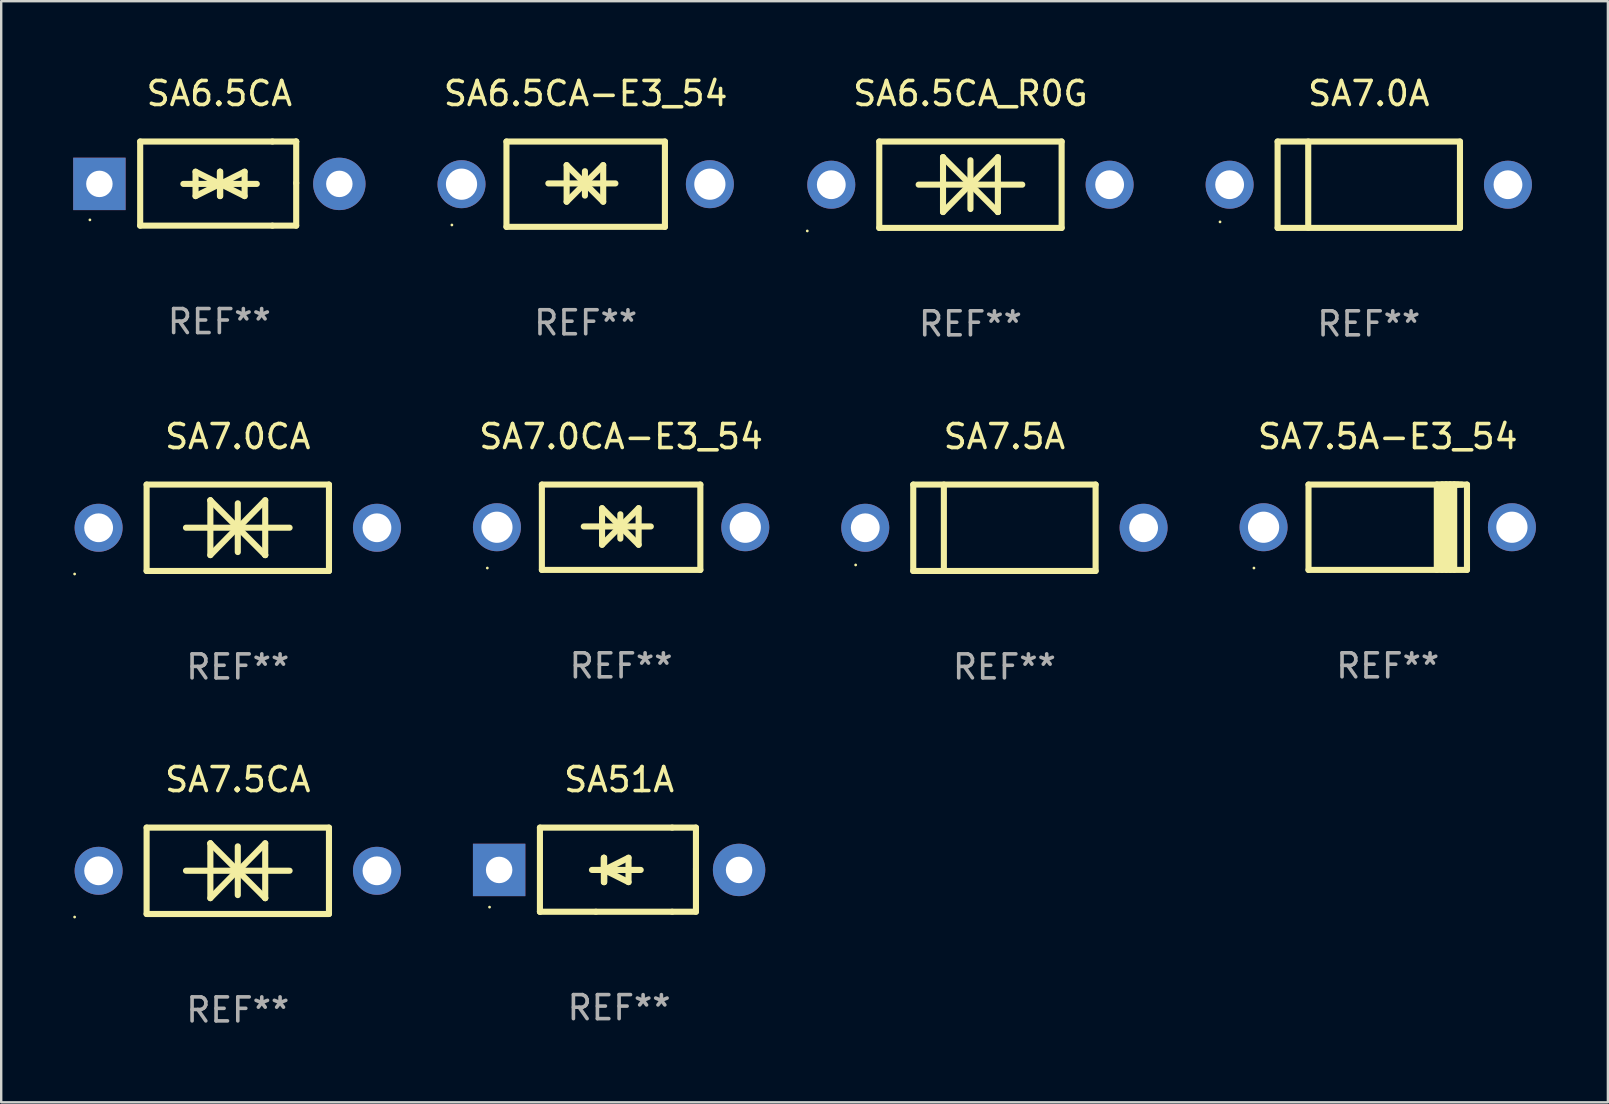
<source format=kicad_pcb>
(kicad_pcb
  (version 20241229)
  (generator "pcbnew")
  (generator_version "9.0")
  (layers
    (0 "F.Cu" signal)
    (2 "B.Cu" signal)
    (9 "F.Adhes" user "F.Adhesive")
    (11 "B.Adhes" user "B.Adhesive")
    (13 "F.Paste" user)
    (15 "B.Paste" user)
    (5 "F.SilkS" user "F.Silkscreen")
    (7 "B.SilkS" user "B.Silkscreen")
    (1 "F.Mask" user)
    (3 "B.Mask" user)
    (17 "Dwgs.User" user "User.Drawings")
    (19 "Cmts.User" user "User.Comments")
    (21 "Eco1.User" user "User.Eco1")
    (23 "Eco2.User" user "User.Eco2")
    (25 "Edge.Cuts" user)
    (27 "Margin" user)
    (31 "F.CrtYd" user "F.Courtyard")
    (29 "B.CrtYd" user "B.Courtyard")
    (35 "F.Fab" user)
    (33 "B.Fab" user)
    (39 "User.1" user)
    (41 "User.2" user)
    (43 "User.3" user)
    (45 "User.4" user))
  (footprint "SA51A"
    (layer "F.Cu")
    (at 22.752 33.194)
    (property "Reference" "SA51A" (at 0 -3.753 0) (layer "F.SilkS") (effects (font (size 1 1) (thickness 0.15))))
    (attr through_hole)
    (fp_line (start -3.3 -1.753) (end 2.212 -1.753) (stroke (width 0.254) (type solid)) (layer "F.SilkS"))
    (fp_line (start -3.3 1.753) (end -3.3 -1.753) (stroke (width 0.254) (type solid)) (layer "F.SilkS"))
    (fp_line (start -3.3 1.753) (end -3.3 1.753) (stroke (width 0.254) (type solid)) (layer "F.SilkS"))
    (fp_line (start -0.968 1.753) (end -3.3 1.753) (stroke (width 0.254) (type solid)) (layer "F.SilkS"))
    (fp_line (start -0.636 -0.497) (end -0.636 0.519) (stroke (width 0.254) (type solid)) (layer "F.SilkS"))
    (fp_line (start -0.636 0.011) (end -0.636 -0.497) (stroke (width 0.254) (type solid)) (layer "F.SilkS"))
    (fp_line (start -0.624 0.011) (end -0.624 0.519) (stroke (width 0.254) (type solid)) (layer "F.SilkS"))
    (fp_line (start -0.624 0.011) (end 0.392 0.519) (stroke (width 0.254) (type solid)) (layer "F.SilkS"))
    (fp_line (start -0.624 0.519) (end -0.624 -0.497) (stroke (width 0.254) (type solid)) (layer "F.SilkS"))
    (fp_line (start 0.392 -0.497) (end -0.624 0.011) (stroke (width 0.254) (type solid)) (layer "F.SilkS"))
    (fp_line (start 0.392 0.519) (end 0.392 -0.497) (stroke (width 0.254) (type solid)) (layer "F.SilkS"))
    (fp_line (start 0.9 0.011) (end -1.132 0.011) (stroke (width 0.254) (type solid)) (layer "F.SilkS"))
    (fp_line (start 2.212 -1.753) (end 3.202 -1.753) (stroke (width 0.254) (type solid)) (layer "F.SilkS"))
    (fp_line (start 2.212 1.753) (end -0.968 1.753) (stroke (width 0.254) (type solid)) (layer "F.SilkS"))
    (fp_line (start 3.202 -1.753) (end 3.202 -0.025) (stroke (width 0.254) (type solid)) (layer "F.SilkS"))
    (fp_line (start 3.202 -0.025) (end 3.202 1.753) (stroke (width 0.254) (type solid)) (layer "F.SilkS"))
    (fp_line (start 3.202 1.753) (end 2.212 1.753) (stroke (width 0.254) (type solid)) (layer "F.SilkS"))
    (fp_circle (center -5.4 1.561) (end -5.37 1.561) (stroke (width 0.06) (type solid)) (fill no) (layer "F.SilkS"))
    (fp_text user "REF**" (at 0 5.753 0) (layer "F.Fab") (effects (font (size 1 1) (thickness 0.15))))
    (pad "1" thru_hole rect (at -5 0.011 180) (size 2.184 2.184) (drill 1.102) (layers "*.Cu" "*.Mask"))
    (pad "2" thru_hole circle (at 5 0.011) (size 2.184 2.184) (drill 1.102) (layers "*.Cu" "*.Mask")))
  (footprint "SA7.0A"
    (layer "F.Cu")
    (at 53.995 4.648)
    (property "Reference" "SA7.0A" (at 0 -3.8 0) (layer "F.SilkS") (effects (font (size 1 1) (thickness 0.15))))
    (attr through_hole)
    (fp_line (start -3.8 -1.8) (end -3.8 1.8) (stroke (width 0.254) (type solid)) (layer "F.SilkS"))
    (fp_line (start -3.8 -1.8) (end 3.8 -1.8) (stroke (width 0.254) (type solid)) (layer "F.SilkS"))
    (fp_line (start -3.8 1.8) (end 3.8 1.8) (stroke (width 0.254) (type solid)) (layer "F.SilkS"))
    (fp_line (start -2.524 -1.8) (end -2.524 1.8) (stroke (width 0.254) (type solid)) (layer "F.SilkS"))
    (fp_line (start 3.8 -1.8) (end 3.8 1.8) (stroke (width 0.254) (type solid)) (layer "F.SilkS"))
    (fp_circle (center -6.2 1.55) (end -6.17 1.55) (stroke (width 0.06) (type solid)) (fill no) (layer "F.SilkS"))
    (fp_text user "REF**" (at 0 5.8 0) (layer "F.Fab") (effects (font (size 1 1) (thickness 0.15))))
    (pad "1" thru_hole circle (at -5.8 0) (size 2 2) (drill 1.2) (layers "*.Cu" "*.Mask"))
    (pad "2" thru_hole circle (at 5.8 0) (size 2 2) (drill 1.2) (layers "*.Cu" "*.Mask")))
  (footprint "SA7.5CA"
    (layer "F.Cu")
    (at 6.86 33.241)
    (property "Reference" "SA7.5CA" (at 0 -3.8 0) (layer "F.SilkS") (effects (font (size 1 1) (thickness 0.15))))
    (attr through_hole)
    (fp_line (start -3.8 -1.8) (end -3.8 1.8) (stroke (width 0.254) (type solid)) (layer "F.SilkS"))
    (fp_line (start -3.8 -1.8) (end 3.8 -1.8) (stroke (width 0.254) (type solid)) (layer "F.SilkS"))
    (fp_line (start -3.8 1.8) (end 3.8 1.8) (stroke (width 0.254) (type solid)) (layer "F.SilkS"))
    (fp_line (start -2.159 -0.003) (end 2.159 -0.003) (stroke (width 0.254) (type solid)) (layer "F.SilkS"))
    (fp_line (start -1.143 -1.146) (end -1.143 1.14) (stroke (width 0.254) (type solid)) (layer "F.SilkS"))
    (fp_line (start -1.143 -1.143) (end -1.143 -1.146) (stroke (width 0.254) (type solid)) (layer "F.SilkS"))
    (fp_line (start 0 -1.019) (end 0 1.013) (stroke (width 0.254) (type solid)) (layer "F.SilkS"))
    (fp_line (start 0 -0.026) (end -1.143 1.14) (stroke (width 0.254) (type solid)) (layer "F.SilkS"))
    (fp_line (start 0 -0.006) (end 1.143 1.137) (stroke (width 0.254) (type solid)) (layer "F.SilkS"))
    (fp_line (start 0 0) (end -1.143 -1.143) (stroke (width 0.254) (type solid)) (layer "F.SilkS"))
    (fp_line (start 0 0.02) (end 1.143 -1.146) (stroke (width 0.254) (type solid)) (layer "F.SilkS"))
    (fp_line (start 1.143 1.137) (end 1.143 1.14) (stroke (width 0.254) (type solid)) (layer "F.SilkS"))
    (fp_line (start 1.143 1.14) (end 1.143 -1.146) (stroke (width 0.254) (type solid)) (layer "F.SilkS"))
    (fp_line (start 3.8 -1.8) (end 3.8 1.8) (stroke (width 0.254) (type solid)) (layer "F.SilkS"))
    (fp_circle (center -6.8 1.927) (end -6.77 1.927) (stroke (width 0.06) (type solid)) (fill no) (layer "F.SilkS"))
    (fp_text user "REF**" (at 0 5.8 0) (layer "F.Fab") (effects (font (size 1 1) (thickness 0.15))))
    (pad "1" thru_hole circle (at -5.8 0) (size 2 2) (drill 1.2) (layers "*.Cu" "*.Mask"))
    (pad "2" thru_hole circle (at 5.8 0) (size 2 2) (drill 1.2) (layers "*.Cu" "*.Mask")))
  (footprint "SA6.5CA"
    (layer "F.Cu")
    (at 6.092 4.601)
    (property "Reference" "SA6.5CA" (at 0 -3.753 0) (layer "F.SilkS") (effects (font (size 1 1) (thickness 0.15))))
    (attr through_hole)
    (fp_line (start -3.3 -1.753) (end 2.212 -1.753) (stroke (width 0.254) (type solid)) (layer "F.SilkS"))
    (fp_line (start -3.3 1.753) (end -3.3 -1.753) (stroke (width 0.254) (type solid)) (layer "F.SilkS"))
    (fp_line (start -1.5 0.013) (end 0.532 0.013) (stroke (width 0.254) (type solid)) (layer "F.SilkS"))
    (fp_line (start -0.992 -0.495) (end -0.992 0.521) (stroke (width 0.254) (type solid)) (layer "F.SilkS"))
    (fp_line (start -0.992 0.521) (end 0.024 0.013) (stroke (width 0.254) (type solid)) (layer "F.SilkS"))
    (fp_line (start 0.024 -0.495) (end 0.024 0.521) (stroke (width 0.254) (type solid)) (layer "F.SilkS"))
    (fp_line (start 0.024 0.013) (end -0.992 -0.495) (stroke (width 0.254) (type solid)) (layer "F.SilkS"))
    (fp_line (start 0.024 0.013) (end 0.024 -0.495) (stroke (width 0.254) (type solid)) (layer "F.SilkS"))
    (fp_line (start 0.036 0.013) (end 1.052 0.521) (stroke (width 0.254) (type solid)) (layer "F.SilkS"))
    (fp_line (start 0.036 0.521) (end 0.036 -0.495) (stroke (width 0.254) (type solid)) (layer "F.SilkS"))
    (fp_line (start 1.052 -0.495) (end 0.036 0.013) (stroke (width 0.254) (type solid)) (layer "F.SilkS"))
    (fp_line (start 1.052 0.521) (end 1.052 -0.495) (stroke (width 0.254) (type solid)) (layer "F.SilkS"))
    (fp_line (start 1.56 0.013) (end -0.472 0.013) (stroke (width 0.254) (type solid)) (layer "F.SilkS"))
    (fp_line (start 2.212 -1.753) (end 3.202 -1.753) (stroke (width 0.254) (type solid)) (layer "F.SilkS"))
    (fp_line (start 2.212 1.753) (end -3.3 1.753) (stroke (width 0.254) (type solid)) (layer "F.SilkS"))
    (fp_line (start 3.202 -1.753) (end 3.202 -1.753) (stroke (width 0.254) (type solid)) (layer "F.SilkS"))
    (fp_line (start 3.202 -1.753) (end 3.202 -0.025) (stroke (width 0.254) (type solid)) (layer "F.SilkS"))
    (fp_line (start 3.202 -0.025) (end 3.202 1.753) (stroke (width 0.254) (type solid)) (layer "F.SilkS"))
    (fp_line (start 3.202 1.753) (end 2.212 1.753) (stroke (width 0.254) (type solid)) (layer "F.SilkS"))
    (fp_circle (center -5.395 1.513) (end -5.365 1.513) (stroke (width 0.06) (type solid)) (fill no) (layer "F.SilkS"))
    (fp_text user "REF**" (at 0 5.753 0) (layer "F.Fab") (effects (font (size 1 1) (thickness 0.15))))
    (pad "1" thru_hole rect (at -5 0.013 180) (size 2.184 2.184) (drill 1.102) (layers "*.Cu" "*.Mask"))
    (pad "2" thru_hole circle (at 5 0.013) (size 2.184 2.184) (drill 1.102) (layers "*.Cu" "*.Mask")))
  (footprint "SA6.5CA_R0G"
    (layer "F.Cu")
    (at 37.394 4.648)
    (property "Reference" "SA6.5CA_R0G" (at 0 -3.8 0) (layer "F.SilkS") (effects (font (size 1 1) (thickness 0.15))))
    (attr through_hole)
    (fp_line (start -3.8 -1.8) (end -3.8 1.8) (stroke (width 0.254) (type solid)) (layer "F.SilkS"))
    (fp_line (start -3.8 -1.8) (end 3.8 -1.8) (stroke (width 0.254) (type solid)) (layer "F.SilkS"))
    (fp_line (start -3.8 1.8) (end 3.8 1.8) (stroke (width 0.254) (type solid)) (layer "F.SilkS"))
    (fp_line (start -2.159 -0.003) (end 2.159 -0.003) (stroke (width 0.254) (type solid)) (layer "F.SilkS"))
    (fp_line (start -1.143 -1.146) (end -1.143 1.14) (stroke (width 0.254) (type solid)) (layer "F.SilkS"))
    (fp_line (start -1.143 -1.143) (end -1.143 -1.146) (stroke (width 0.254) (type solid)) (layer "F.SilkS"))
    (fp_line (start 0 -1.019) (end 0 1.013) (stroke (width 0.254) (type solid)) (layer "F.SilkS"))
    (fp_line (start 0 -0.026) (end -1.143 1.14) (stroke (width 0.254) (type solid)) (layer "F.SilkS"))
    (fp_line (start 0 -0.006) (end 1.143 1.137) (stroke (width 0.254) (type solid)) (layer "F.SilkS"))
    (fp_line (start 0 0) (end -1.143 -1.143) (stroke (width 0.254) (type solid)) (layer "F.SilkS"))
    (fp_line (start 0 0.02) (end 1.143 -1.146) (stroke (width 0.254) (type solid)) (layer "F.SilkS"))
    (fp_line (start 1.143 1.137) (end 1.143 1.14) (stroke (width 0.254) (type solid)) (layer "F.SilkS"))
    (fp_line (start 1.143 1.14) (end 1.143 -1.146) (stroke (width 0.254) (type solid)) (layer "F.SilkS"))
    (fp_line (start 3.8 -1.8) (end 3.8 1.8) (stroke (width 0.254) (type solid)) (layer "F.SilkS"))
    (fp_circle (center -6.8 1.927) (end -6.77 1.927) (stroke (width 0.06) (type solid)) (fill no) (layer "F.SilkS"))
    (fp_text user "REF**" (at 0 5.8 0) (layer "F.Fab") (effects (font (size 1 1) (thickness 0.15))))
    (pad "1" thru_hole circle (at -5.8 0) (size 2 2) (drill 1.2) (layers "*.Cu" "*.Mask"))
    (pad "2" thru_hole circle (at 5.8 0) (size 2 2) (drill 1.2) (layers "*.Cu" "*.Mask")))
  (footprint "SA7.5A-E3_54"
    (layer "F.Cu")
    (at 54.785 18.923)
    (property "Reference" "SA7.5A-E3_54" (at 0 -3.778 0) (layer "F.SilkS") (effects (font (size 1 1) (thickness 0.15))))
    (attr through_hole)
    (fp_line (start -3.302 -1.778) (end -3.302 1.778) (stroke (width 0.254) (type solid)) (layer "F.SilkS"))
    (fp_line (start -3.302 1.778) (end 3.302 1.778) (stroke (width 0.254) (type solid)) (layer "F.SilkS"))
    (fp_line (start 2.045 -1.778) (end 2.045 1.778) (stroke (width 0.254) (type solid)) (layer "F.SilkS"))
    (fp_line (start 2.261 -1.778) (end 2.261 1.778) (stroke (width 0.254) (type solid)) (layer "F.SilkS"))
    (fp_line (start 2.421 -1.778) (end 2.045 -1.778) (stroke (width 0.254) (type solid)) (layer "F.SilkS"))
    (fp_line (start 2.439 -1.778) (end 2.439 1.778) (stroke (width 0.254) (type solid)) (layer "F.SilkS"))
    (fp_line (start 2.579 -1.778) (end 2.261 -1.778) (stroke (width 0.254) (type solid)) (layer "F.SilkS"))
    (fp_line (start 2.604 -1.778) (end 2.604 1.778) (stroke (width 0.254) (type solid)) (layer "F.SilkS"))
    (fp_line (start 2.757 -1.778) (end 2.439 -1.778) (stroke (width 0.254) (type solid)) (layer "F.SilkS"))
    (fp_line (start 2.769 -1.778) (end 2.769 1.778) (stroke (width 0.254) (type solid)) (layer "F.SilkS"))
    (fp_line (start 2.922 -1.778) (end 2.604 -1.778) (stroke (width 0.254) (type solid)) (layer "F.SilkS"))
    (fp_line (start 3.087 -1.778) (end 2.769 -1.778) (stroke (width 0.254) (type solid)) (layer "F.SilkS"))
    (fp_line (start 3.302 -1.778) (end -3.302 -1.778) (stroke (width 0.254) (type solid)) (layer "F.SilkS"))
    (fp_line (start 3.302 1.778) (end 3.302 -1.778) (stroke (width 0.254) (type solid)) (layer "F.SilkS"))
    (fp_circle (center -5.576 1.7) (end -5.546 1.7) (stroke (width 0.06) (type solid)) (fill no) (layer "F.SilkS"))
    (fp_text user "REF**" (at 0 5.778 0) (layer "F.Fab") (effects (font (size 1 1) (thickness 0.15))))
    (pad "1" thru_hole circle (at -5.175 0) (size 2 2) (drill 1.3) (layers "*.Cu" "*.Mask"))
    (pad "2" thru_hole circle (at 5.175 0) (size 2 2) (drill 1.3) (layers "*.Cu" "*.Mask")))
  (footprint "SA7.5A"
    (layer "F.Cu")
    (at 38.81 18.945)
    (property "Reference" "SA7.5A" (at 0 -3.8 0) (layer "F.SilkS") (effects (font (size 1 1) (thickness 0.15))))
    (attr through_hole)
    (fp_line (start -3.8 -1.8) (end -3.8 1.8) (stroke (width 0.254) (type solid)) (layer "F.SilkS"))
    (fp_line (start -3.8 -1.8) (end 3.8 -1.8) (stroke (width 0.254) (type solid)) (layer "F.SilkS"))
    (fp_line (start -3.8 1.8) (end 3.8 1.8) (stroke (width 0.254) (type solid)) (layer "F.SilkS"))
    (fp_line (start -2.524 -1.8) (end -2.524 1.8) (stroke (width 0.254) (type solid)) (layer "F.SilkS"))
    (fp_line (start 3.8 -1.8) (end 3.8 1.8) (stroke (width 0.254) (type solid)) (layer "F.SilkS"))
    (fp_circle (center -6.2 1.55) (end -6.17 1.55) (stroke (width 0.06) (type solid)) (fill no) (layer "F.SilkS"))
    (fp_text user "REF**" (at 0 5.8 0) (layer "F.Fab") (effects (font (size 1 1) (thickness 0.15))))
    (pad "1" thru_hole circle (at -5.8 0) (size 2 2) (drill 1.2) (layers "*.Cu" "*.Mask"))
    (pad "2" thru_hole circle (at 5.8 0) (size 2 2) (drill 1.2) (layers "*.Cu" "*.Mask")))
  (footprint "SA6.5CA-E3_54"
    (layer "F.Cu")
    (at 21.359 4.626)
    (property "Reference" "SA6.5CA-E3_54" (at 0 -3.778 0) (layer "F.SilkS") (effects (font (size 1 1) (thickness 0.15))))
    (attr through_hole)
    (fp_line (start -3.302 -1.778) (end -3.302 1.778) (stroke (width 0.254) (type solid)) (layer "F.SilkS"))
    (fp_line (start -3.302 1.778) (end 3.302 1.778) (stroke (width 0.254) (type solid)) (layer "F.SilkS"))
    (fp_line (start -1.556 -0.032) (end 1.238 -0.032) (stroke (width 0.254) (type solid)) (layer "F.SilkS"))
    (fp_line (start -0.794 -0.794) (end 0.73 0.73) (stroke (width 0.254) (type solid)) (layer "F.SilkS"))
    (fp_line (start -0.794 0.73) (end -0.794 -0.794) (stroke (width 0.254) (type solid)) (layer "F.SilkS"))
    (fp_line (start -0.032 -0.54) (end -0.032 0.476) (stroke (width 0.254) (type solid)) (layer "F.SilkS"))
    (fp_line (start 0.73 -0.794) (end -0.794 0.73) (stroke (width 0.254) (type solid)) (layer "F.SilkS"))
    (fp_line (start 0.73 0.73) (end 0.73 -0.794) (stroke (width 0.254) (type solid)) (layer "F.SilkS"))
    (fp_line (start 3.302 -1.778) (end -3.302 -1.778) (stroke (width 0.254) (type solid)) (layer "F.SilkS"))
    (fp_line (start 3.302 1.778) (end 3.302 -1.778) (stroke (width 0.254) (type solid)) (layer "F.SilkS"))
    (fp_circle (center -5.576 1.7) (end -5.546 1.7) (stroke (width 0.06) (type solid)) (fill no) (layer "F.SilkS"))
    (fp_text user "REF**" (at 0 5.778 0) (layer "F.Fab") (effects (font (size 1 1) (thickness 0.15))))
    (pad "1" thru_hole circle (at -5.175 0) (size 2 2) (drill 1.3) (layers "*.Cu" "*.Mask"))
    (pad "2" thru_hole circle (at 5.175 0) (size 2 2) (drill 1.3) (layers "*.Cu" "*.Mask")))
  (footprint "SA7.0CA-E3_54"
    (layer "F.Cu")
    (at 22.835 18.923)
    (property "Reference" "SA7.0CA-E3_54" (at 0 -3.778 0) (layer "F.SilkS") (effects (font (size 1 1) (thickness 0.15))))
    (attr through_hole)
    (fp_line (start -3.302 -1.778) (end -3.302 1.778) (stroke (width 0.254) (type solid)) (layer "F.SilkS"))
    (fp_line (start -3.302 1.778) (end 3.302 1.778) (stroke (width 0.254) (type solid)) (layer "F.SilkS"))
    (fp_line (start -1.556 -0.032) (end 1.238 -0.032) (stroke (width 0.254) (type solid)) (layer "F.SilkS"))
    (fp_line (start -0.794 -0.794) (end 0.73 0.73) (stroke (width 0.254) (type solid)) (layer "F.SilkS"))
    (fp_line (start -0.794 0.73) (end -0.794 -0.794) (stroke (width 0.254) (type solid)) (layer "F.SilkS"))
    (fp_line (start -0.032 -0.54) (end -0.032 0.476) (stroke (width 0.254) (type solid)) (layer "F.SilkS"))
    (fp_line (start 0.73 -0.794) (end -0.794 0.73) (stroke (width 0.254) (type solid)) (layer "F.SilkS"))
    (fp_line (start 0.73 0.73) (end 0.73 -0.794) (stroke (width 0.254) (type solid)) (layer "F.SilkS"))
    (fp_line (start 3.302 -1.778) (end -3.302 -1.778) (stroke (width 0.254) (type solid)) (layer "F.SilkS"))
    (fp_line (start 3.302 1.778) (end 3.302 -1.778) (stroke (width 0.254) (type solid)) (layer "F.SilkS"))
    (fp_circle (center -5.576 1.7) (end -5.546 1.7) (stroke (width 0.06) (type solid)) (fill no) (layer "F.SilkS"))
    (fp_text user "REF**" (at 0 5.778 0) (layer "F.Fab") (effects (font (size 1 1) (thickness 0.15))))
    (pad "1" thru_hole circle (at -5.175 0) (size 2 2) (drill 1.3) (layers "*.Cu" "*.Mask"))
    (pad "2" thru_hole circle (at 5.175 0) (size 2 2) (drill 1.3) (layers "*.Cu" "*.Mask")))
  (footprint "SA7.0CA"
    (layer "F.Cu")
    (at 6.86 18.945)
    (property "Reference" "SA7.0CA" (at 0 -3.8 0) (layer "F.SilkS") (effects (font (size 1 1) (thickness 0.15))))
    (attr through_hole)
    (fp_line (start -3.8 -1.8) (end -3.8 1.8) (stroke (width 0.254) (type solid)) (layer "F.SilkS"))
    (fp_line (start -3.8 -1.8) (end 3.8 -1.8) (stroke (width 0.254) (type solid)) (layer "F.SilkS"))
    (fp_line (start -3.8 1.8) (end 3.8 1.8) (stroke (width 0.254) (type solid)) (layer "F.SilkS"))
    (fp_line (start -2.159 -0.003) (end 2.159 -0.003) (stroke (width 0.254) (type solid)) (layer "F.SilkS"))
    (fp_line (start -1.143 -1.146) (end -1.143 1.14) (stroke (width 0.254) (type solid)) (layer "F.SilkS"))
    (fp_line (start -1.143 -1.143) (end -1.143 -1.146) (stroke (width 0.254) (type solid)) (layer "F.SilkS"))
    (fp_line (start 0 -1.019) (end 0 1.013) (stroke (width 0.254) (type solid)) (layer "F.SilkS"))
    (fp_line (start 0 -0.026) (end -1.143 1.14) (stroke (width 0.254) (type solid)) (layer "F.SilkS"))
    (fp_line (start 0 -0.006) (end 1.143 1.137) (stroke (width 0.254) (type solid)) (layer "F.SilkS"))
    (fp_line (start 0 0) (end -1.143 -1.143) (stroke (width 0.254) (type solid)) (layer "F.SilkS"))
    (fp_line (start 0 0.02) (end 1.143 -1.146) (stroke (width 0.254) (type solid)) (layer "F.SilkS"))
    (fp_line (start 1.143 1.137) (end 1.143 1.14) (stroke (width 0.254) (type solid)) (layer "F.SilkS"))
    (fp_line (start 1.143 1.14) (end 1.143 -1.146) (stroke (width 0.254) (type solid)) (layer "F.SilkS"))
    (fp_line (start 3.8 -1.8) (end 3.8 1.8) (stroke (width 0.254) (type solid)) (layer "F.SilkS"))
    (fp_circle (center -6.8 1.927) (end -6.77 1.927) (stroke (width 0.06) (type solid)) (fill no) (layer "F.SilkS"))
    (fp_text user "REF**" (at 0 5.8 0) (layer "F.Fab") (effects (font (size 1 1) (thickness 0.15))))
    (pad "1" thru_hole circle (at -5.8 0) (size 2 2) (drill 1.2) (layers "*.Cu" "*.Mask"))
    (pad "2" thru_hole circle (at 5.8 0) (size 2 2) (drill 1.2) (layers "*.Cu" "*.Mask")))
  (gr_rect
    (start -3 -3)
    (end 63.96 42.889)
    (stroke (width 0.1) (type default))
    (fill no)
    (layer "Edge.Cuts")))
</source>
